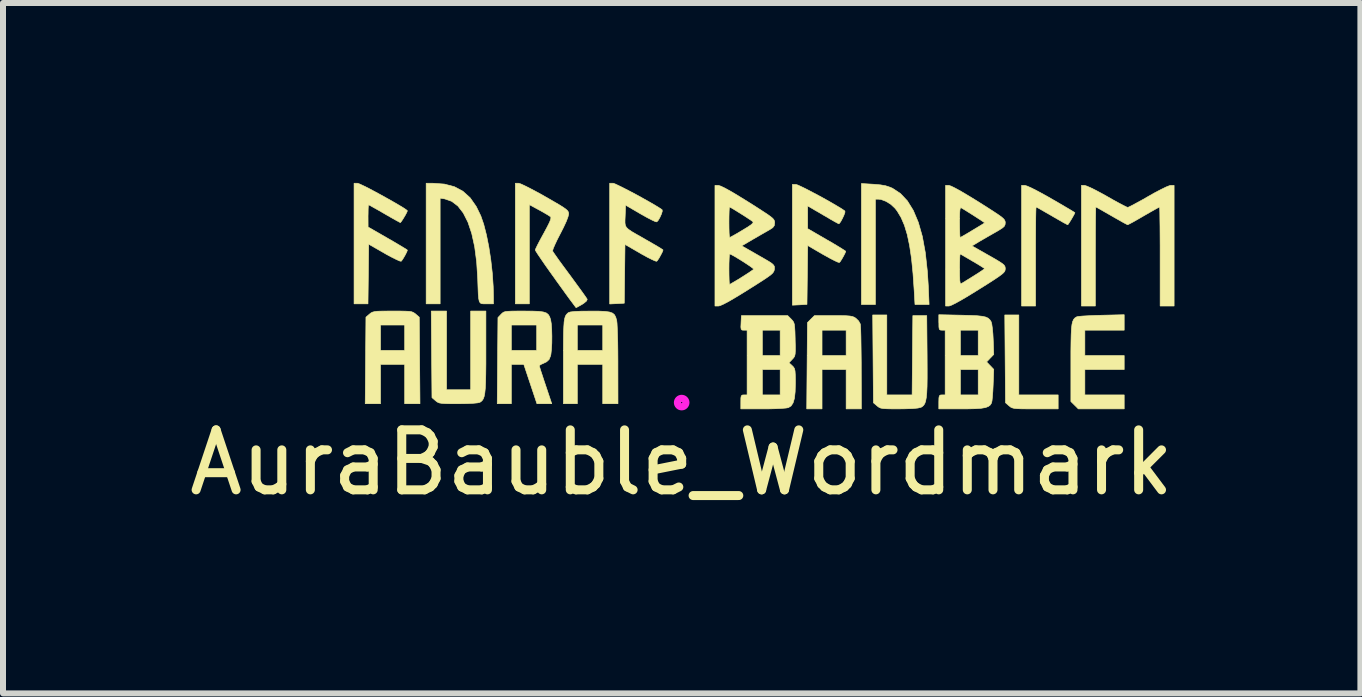
<source format=kicad_pcb>
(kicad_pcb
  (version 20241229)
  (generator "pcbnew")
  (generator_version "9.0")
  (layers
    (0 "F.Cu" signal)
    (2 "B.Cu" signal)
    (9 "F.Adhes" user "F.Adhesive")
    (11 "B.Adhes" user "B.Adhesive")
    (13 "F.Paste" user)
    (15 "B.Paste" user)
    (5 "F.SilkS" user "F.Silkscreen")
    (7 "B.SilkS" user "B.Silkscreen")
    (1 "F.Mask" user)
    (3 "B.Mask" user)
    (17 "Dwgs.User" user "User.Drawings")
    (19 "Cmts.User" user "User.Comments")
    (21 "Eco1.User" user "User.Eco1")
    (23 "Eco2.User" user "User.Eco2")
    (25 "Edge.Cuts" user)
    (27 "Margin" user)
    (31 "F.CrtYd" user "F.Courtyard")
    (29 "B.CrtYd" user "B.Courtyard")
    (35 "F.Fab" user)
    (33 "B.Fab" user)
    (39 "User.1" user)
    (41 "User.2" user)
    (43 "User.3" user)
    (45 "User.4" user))
  (footprint "AuraBauble_Wordmark"
    (layer "F.Cu")
    (at 8.315 3.662)
    (property "Reference" "AuraBauble_Wordmark" (at 0 1 0) (layer "F.SilkS") (effects (font (size 1 1) (thickness 0.15))))
    (attr through_hole)
    (fp_poly (pts (xy 5.621 -0.128) (xy 6.277 -0.128) (xy 6.277 0.105) (xy 5.897 0.105) (xy 5.762 0.105) (xy 5.662 0.104) (xy 5.591 0.101) (xy 5.542 0.096) (xy 5.509 0.087) (xy 5.484 0.075) (xy 5.462 0.057) (xy 5.458 0.054) (xy 5.399 0.003) (xy 5.387 -1.461) (xy 5.621 -1.461) (xy 5.621 -0.128)) (stroke (width 0.01) (type solid)) (fill yes) (layer "F.SilkS"))
    (fp_poly (pts (xy 7.378 -1.207) (xy 6.722 -1.207) (xy 6.722 -0.784) (xy 7.378 -0.784) (xy 7.378 -0.551) (xy 6.722 -0.551) (xy 6.722 -0.128) (xy 7.378 -0.128) (xy 7.378 0.105) (xy 6.613 0.105) (xy 6.551 0.043) (xy 6.489 -0.018) (xy 6.489 -0.656) (xy 6.489 -0.852) (xy 6.491 -1.011) (xy 6.494 -1.135) (xy 6.499 -1.231) (xy 6.507 -1.302) (xy 6.519 -1.352) (xy 6.535 -1.387) (xy 6.555 -1.41) (xy 6.58 -1.426) (xy 6.589 -1.431) (xy 6.621 -1.437) (xy 6.689 -1.443) (xy 6.783 -1.448) (xy 6.897 -1.453) (xy 7.002 -1.456) (xy 7.378 -1.465) (xy 7.378 -1.207)) (stroke (width 0.01) (type solid)) (fill yes) (layer "F.SilkS"))
    (fp_poly (pts (xy -4.695 -1.526) (xy -4.605 -1.524) (xy -4.543 -1.521) (xy -4.501 -1.514) (xy -4.472 -1.502) (xy -4.447 -1.486) (xy -4.434 -1.475) (xy -4.375 -1.424) (xy -4.369 -0.703) (xy -4.363 0.019) (xy -4.618 0.019) (xy -4.618 -0.637) (xy -5.021 -0.637) (xy -5.021 0.019) (xy -5.276 0.019) (xy -5.265 -1.293) (xy -5.021 -1.293) (xy -5.021 -0.87) (xy -4.618 -0.87) (xy -4.618 -1.293) (xy -5.021 -1.293) (xy -5.265 -1.293) (xy -5.264 -1.424) (xy -5.205 -1.475) (xy -5.18 -1.495) (xy -5.154 -1.508) (xy -5.119 -1.517) (xy -5.069 -1.523) (xy -4.994 -1.525) (xy -4.889 -1.526) (xy -4.819 -1.526) (xy -4.695 -1.526)) (stroke (width 0.01) (type solid)) (fill yes) (layer "F.SilkS"))
    (fp_poly (pts (xy -3.92 -0.214) (xy -3.518 -0.214) (xy -3.518 -1.526) (xy -3.264 -1.526) (xy -3.264 -0.848) (xy -3.264 -0.643) (xy -3.266 -0.476) (xy -3.269 -0.342) (xy -3.274 -0.238) (xy -3.282 -0.16) (xy -3.293 -0.102) (xy -3.308 -0.062) (xy -3.327 -0.033) (xy -3.35 -0.013) (xy -3.366 -0.004) (xy -3.404 0.005) (xy -3.478 0.012) (xy -3.58 0.017) (xy -3.703 0.019) (xy -3.727 0.019) (xy -3.85 0.019) (xy -3.938 0.017) (xy -3.998 0.013) (xy -4.04 0.006) (xy -4.069 -0.006) (xy -4.093 -0.023) (xy -4.104 -0.032) (xy -4.163 -0.083) (xy -4.169 -0.805) (xy -4.175 -1.526) (xy -3.92 -1.526) (xy -3.92 -0.214)) (stroke (width 0.01) (type solid)) (fill yes) (layer "F.SilkS"))
    (fp_poly (pts (xy 3.42 -0.128) (xy 3.842 -0.128) (xy 3.848 -0.789) (xy 3.854 -1.45) (xy 4.086 -1.45) (xy 4.092 -0.781) (xy 4.093 -0.573) (xy 4.093 -0.404) (xy 4.091 -0.268) (xy 4.086 -0.162) (xy 4.078 -0.082) (xy 4.067 -0.023) (xy 4.052 0.019) (xy 4.032 0.048) (xy 4.008 0.069) (xy 3.991 0.078) (xy 3.94 0.091) (xy 3.848 0.1) (xy 3.714 0.104) (xy 3.627 0.105) (xy 3.506 0.105) (xy 3.419 0.103) (xy 3.359 0.099) (xy 3.319 0.092) (xy 3.29 0.079) (xy 3.266 0.062) (xy 3.257 0.054) (xy 3.197 0.003) (xy 3.191 -0.729) (xy 3.185 -1.461) (xy 3.42 -1.461) (xy 3.42 -0.128)) (stroke (width 0.01) (type solid)) (fill yes) (layer "F.SilkS"))
    (fp_poly (pts (xy 3.2 -3.64) (xy 3.314 -3.63) (xy 3.4 -3.615) (xy 3.473 -3.591) (xy 3.515 -3.573) (xy 3.647 -3.486) (xy 3.763 -3.363) (xy 3.862 -3.203) (xy 3.945 -3.006) (xy 4.012 -2.772) (xy 4.062 -2.5) (xy 4.096 -2.189) (xy 4.111 -1.957) (xy 4.125 -1.635) (xy 3.89 -1.635) (xy 3.877 -1.862) (xy 3.857 -2.151) (xy 3.832 -2.402) (xy 3.8 -2.617) (xy 3.761 -2.801) (xy 3.714 -2.956) (xy 3.658 -3.086) (xy 3.593 -3.194) (xy 3.556 -3.241) (xy 3.488 -3.305) (xy 3.405 -3.356) (xy 3.323 -3.387) (xy 3.283 -3.391) (xy 3.23 -3.391) (xy 3.23 -1.635) (xy 2.997 -1.635) (xy 2.997 -3.652) (xy 3.2 -3.64)) (stroke (width 0.01) (type solid)) (fill yes) (layer "F.SilkS"))
    (fp_poly (pts (xy 2.653 -1.45) (xy 2.743 -1.448) (xy 2.805 -1.443) (xy 2.847 -1.435) (xy 2.878 -1.423) (xy 2.904 -1.406) (xy 2.95 -1.361) (xy 2.977 -1.312) (xy 2.978 -1.311) (xy 2.981 -1.278) (xy 2.985 -1.208) (xy 2.988 -1.107) (xy 2.99 -0.979) (xy 2.992 -0.832) (xy 2.994 -0.67) (xy 2.994 -0.577) (xy 2.996 0.105) (xy 2.742 0.105) (xy 2.742 -0.551) (xy 2.34 -0.551) (xy 2.34 0.105) (xy 2.085 0.105) (xy 2.096 -1.207) (xy 2.34 -1.207) (xy 2.34 -0.784) (xy 2.742 -0.784) (xy 2.742 -1.207) (xy 2.34 -1.207) (xy 2.096 -1.207) (xy 2.097 -1.333) (xy 2.155 -1.392) (xy 2.214 -1.45) (xy 2.53 -1.45) (xy 2.653 -1.45)) (stroke (width 0.01) (type solid)) (fill yes) (layer "F.SilkS"))
    (fp_poly (pts (xy -3.956 -3.643) (xy -3.789 -3.599) (xy -3.648 -3.524) (xy -3.527 -3.415) (xy -3.425 -3.269) (xy -3.349 -3.113) (xy -3.3 -2.971) (xy -3.255 -2.795) (xy -3.215 -2.595) (xy -3.182 -2.378) (xy -3.157 -2.155) (xy -3.142 -1.933) (xy -3.138 -1.757) (xy -3.138 -1.646) (xy -3.254 -1.646) (xy -3.3 -1.646) (xy -3.334 -1.649) (xy -3.358 -1.661) (xy -3.374 -1.687) (xy -3.384 -1.733) (xy -3.391 -1.805) (xy -3.395 -1.907) (xy -3.4 -2.046) (xy -3.4 -2.059) (xy -3.418 -2.343) (xy -3.451 -2.597) (xy -3.5 -2.819) (xy -3.563 -3.007) (xy -3.641 -3.161) (xy -3.731 -3.277) (xy -3.835 -3.356) (xy -3.95 -3.396) (xy -4.027 -3.409) (xy -4.027 -1.646) (xy -4.26 -1.646) (xy -4.26 -3.657) (xy -4.151 -3.657) (xy -3.956 -3.643)) (stroke (width 0.01) (type solid)) (fill yes) (layer "F.SilkS"))
    (fp_poly (pts (xy 5.759 -3.61) (xy 5.827 -3.58) (xy 5.92 -3.533) (xy 6.033 -3.472) (xy 6.161 -3.4) (xy 6.167 -3.396) (xy 6.282 -3.33) (xy 6.384 -3.27) (xy 6.466 -3.222) (xy 6.525 -3.186) (xy 6.554 -3.168) (xy 6.556 -3.166) (xy 6.546 -3.143) (xy 6.522 -3.099) (xy 6.491 -3.046) (xy 6.461 -2.998) (xy 6.441 -2.969) (xy 6.436 -2.965) (xy 6.415 -2.975) (xy 6.364 -3.002) (xy 6.291 -3.044) (xy 6.202 -3.095) (xy 6.172 -3.113) (xy 6.079 -3.166) (xy 6.001 -3.211) (xy 5.943 -3.244) (xy 5.912 -3.26) (xy 5.909 -3.261) (xy 5.907 -3.24) (xy 5.905 -3.182) (xy 5.903 -3.091) (xy 5.902 -2.971) (xy 5.901 -2.826) (xy 5.9 -2.662) (xy 5.9 -2.483) (xy 5.9 -2.435) (xy 5.9 -1.61) (xy 5.667 -1.61) (xy 5.667 -3.621) (xy 5.723 -3.621) (xy 5.759 -3.61)) (stroke (width 0.01) (type solid)) (fill yes) (layer "F.SilkS"))
    (fp_poly (pts (xy -1.384 -1.525) (xy -1.279 -1.52) (xy -1.204 -1.51) (xy -1.153 -1.492) (xy -1.12 -1.464) (xy -1.099 -1.423) (xy -1.083 -1.368) (xy -1.083 -1.367) (xy -1.078 -1.325) (xy -1.074 -1.247) (xy -1.07 -1.138) (xy -1.066 -1.005) (xy -1.064 -0.854) (xy -1.063 -0.691) (xy -1.063 -0.632) (xy -1.062 0.019) (xy -1.316 0.019) (xy -1.316 -0.637) (xy -1.74 -0.637) (xy -1.74 0.019) (xy -1.972 0.019) (xy -1.972 -0.681) (xy -1.972 -0.88) (xy -1.971 -1.042) (xy -1.969 -1.17) (xy -1.965 -1.269) (xy -1.963 -1.293) (xy -1.74 -1.293) (xy -1.74 -0.87) (xy -1.316 -0.87) (xy -1.316 -1.293) (xy -1.74 -1.293) (xy -1.963 -1.293) (xy -1.96 -1.344) (xy -1.951 -1.398) (xy -1.94 -1.437) (xy -1.925 -1.464) (xy -1.906 -1.485) (xy -1.89 -1.499) (xy -1.855 -1.511) (xy -1.783 -1.519) (xy -1.673 -1.524) (xy -1.525 -1.525) (xy -1.384 -1.525)) (stroke (width 0.01) (type solid)) (fill yes) (layer "F.SilkS"))
    (fp_poly (pts (xy -2.488 -1.525) (xy -2.383 -1.521) (xy -2.308 -1.511) (xy -2.256 -1.494) (xy -2.223 -1.467) (xy -2.201 -1.43) (xy -2.185 -1.383) (xy -2.174 -1.316) (xy -2.167 -1.22) (xy -2.164 -1.108) (xy -2.165 -0.993) (xy -2.171 -0.888) (xy -2.18 -0.805) (xy -2.186 -0.778) (xy -2.211 -0.718) (xy -2.252 -0.68) (xy -2.291 -0.661) (xy -2.342 -0.638) (xy -2.372 -0.619) (xy -2.374 -0.615) (xy -2.368 -0.592) (xy -2.351 -0.536) (xy -2.324 -0.455) (xy -2.291 -0.354) (xy -2.27 -0.292) (xy -2.166 0.019) (xy -2.413 0.019) (xy -2.632 -0.637) (xy -2.84 -0.637) (xy -2.84 0.019) (xy -3.075 0.019) (xy -3.069 -0.699) (xy -3.064 -1.293) (xy -2.84 -1.293) (xy -2.84 -0.87) (xy -2.417 -0.87) (xy -2.417 -1.293) (xy -2.84 -1.293) (xy -3.064 -1.293) (xy -3.063 -1.417) (xy -3.011 -1.472) (xy -2.991 -1.492) (xy -2.969 -1.507) (xy -2.94 -1.517) (xy -2.895 -1.522) (xy -2.827 -1.525) (xy -2.731 -1.526) (xy -2.63 -1.526) (xy -2.488 -1.525)) (stroke (width 0.01) (type solid)) (fill yes) (layer "F.SilkS"))
    (fp_poly (pts (xy 1.936 -3.627) (xy 1.997 -3.599) (xy 2.081 -3.558) (xy 2.18 -3.506) (xy 2.288 -3.449) (xy 2.397 -3.389) (xy 2.501 -3.33) (xy 2.593 -3.276) (xy 2.666 -3.232) (xy 2.713 -3.2) (xy 2.722 -3.192) (xy 2.721 -3.168) (xy 2.704 -3.121) (xy 2.678 -3.066) (xy 2.651 -3.016) (xy 2.627 -2.985) (xy 2.619 -2.981) (xy 2.599 -2.991) (xy 2.551 -3.017) (xy 2.484 -3.055) (xy 2.456 -3.072) (xy 2.368 -3.123) (xy 2.28 -3.175) (xy 2.208 -3.216) (xy 2.201 -3.221) (xy 2.1 -3.279) (xy 2.1 -2.9) (xy 2.417 -2.716) (xy 2.521 -2.656) (xy 2.61 -2.603) (xy 2.679 -2.56) (xy 2.723 -2.532) (xy 2.735 -2.523) (xy 2.725 -2.494) (xy 2.7 -2.445) (xy 2.67 -2.392) (xy 2.643 -2.35) (xy 2.63 -2.336) (xy 2.605 -2.341) (xy 2.552 -2.365) (xy 2.476 -2.404) (xy 2.386 -2.454) (xy 2.355 -2.471) (xy 2.101 -2.619) (xy 2.095 -2.128) (xy 2.089 -1.637) (xy 1.968 -1.63) (xy 1.846 -1.624) (xy 1.846 -3.637) (xy 1.905 -3.637) (xy 1.936 -3.627)) (stroke (width 0.01) (type solid)) (fill yes) (layer "F.SilkS"))
    (fp_poly (pts (xy -1.113 -3.647) (xy -1.053 -3.619) (xy -0.97 -3.578) (xy -0.871 -3.527) (xy -0.763 -3.47) (xy -0.654 -3.41) (xy -0.549 -3.351) (xy -0.457 -3.298) (xy -0.383 -3.253) (xy -0.336 -3.222) (xy -0.325 -3.213) (xy -0.324 -3.187) (xy -0.339 -3.14) (xy -0.364 -3.085) (xy -0.392 -3.037) (xy -0.415 -3.013) (xy -0.44 -3.018) (xy -0.493 -3.042) (xy -0.569 -3.081) (xy -0.658 -3.131) (xy -0.685 -3.146) (xy -0.935 -3.292) (xy -0.942 -3.11) (xy -0.945 -3.043) (xy -0.945 -2.994) (xy -0.939 -2.955) (xy -0.922 -2.922) (xy -0.889 -2.89) (xy -0.836 -2.853) (xy -0.757 -2.807) (xy -0.649 -2.746) (xy -0.594 -2.714) (xy -0.496 -2.658) (xy -0.413 -2.61) (xy -0.351 -2.572) (xy -0.316 -2.549) (xy -0.311 -2.544) (xy -0.321 -2.514) (xy -0.346 -2.465) (xy -0.376 -2.411) (xy -0.404 -2.369) (xy -0.416 -2.356) (xy -0.441 -2.361) (xy -0.495 -2.385) (xy -0.571 -2.423) (xy -0.662 -2.473) (xy -0.691 -2.49) (xy -0.945 -2.637) (xy -0.951 -2.147) (xy -0.957 -1.657) (xy -1.078 -1.65) (xy -1.2 -1.644) (xy -1.2 -3.657) (xy -1.143 -3.657) (xy -1.113 -3.647)) (stroke (width 0.01) (type solid)) (fill yes) (layer "F.SilkS"))
    (fp_poly (pts (xy -5.375 -3.647) (xy -5.316 -3.62) (xy -5.234 -3.58) (xy -5.138 -3.529) (xy -5.032 -3.472) (xy -4.924 -3.412) (xy -4.819 -3.353) (xy -4.726 -3.299) (xy -4.649 -3.253) (xy -4.596 -3.218) (xy -4.573 -3.198) (xy -4.573 -3.197) (xy -4.583 -3.172) (xy -4.607 -3.126) (xy -4.638 -3.074) (xy -4.667 -3.029) (xy -4.687 -3.003) (xy -4.69 -3.001) (xy -4.711 -3.011) (xy -4.762 -3.039) (xy -4.835 -3.08) (xy -4.924 -3.131) (xy -4.955 -3.149) (xy -5.048 -3.203) (xy -5.127 -3.247) (xy -5.185 -3.28) (xy -5.216 -3.296) (xy -5.219 -3.297) (xy -5.224 -3.278) (xy -5.227 -3.225) (xy -5.228 -3.15) (xy -5.229 -3.112) (xy -5.228 -2.927) (xy -4.901 -2.739) (xy -4.795 -2.678) (xy -4.704 -2.624) (xy -4.633 -2.581) (xy -4.587 -2.553) (xy -4.573 -2.542) (xy -4.583 -2.513) (xy -4.607 -2.465) (xy -4.637 -2.412) (xy -4.665 -2.37) (xy -4.677 -2.356) (xy -4.702 -2.361) (xy -4.756 -2.385) (xy -4.832 -2.423) (xy -4.924 -2.472) (xy -4.958 -2.492) (xy -5.218 -2.641) (xy -5.224 -2.143) (xy -5.23 -1.646) (xy -5.462 -1.646) (xy -5.462 -3.657) (xy -5.405 -3.657) (xy -5.375 -3.647)) (stroke (width 0.01) (type solid)) (fill yes) (layer "F.SilkS"))
    (fp_poly (pts (xy 4.663 -1.457) (xy 4.813 -1.453) (xy 4.927 -1.448) (xy 5.01 -1.439) (xy 5.069 -1.426) (xy 5.11 -1.407) (xy 5.138 -1.381) (xy 5.159 -1.349) (xy 5.17 -1.31) (xy 5.18 -1.239) (xy 5.189 -1.146) (xy 5.194 -1.052) (xy 5.203 -0.802) (xy 5.143 -0.74) (xy 5.084 -0.678) (xy 5.203 -0.554) (xy 5.193 -0.293) (xy 5.188 -0.189) (xy 5.181 -0.098) (xy 5.174 -0.03) (xy 5.166 0.005) (xy 5.166 0.006) (xy 5.146 0.039) (xy 5.114 0.064) (xy 5.065 0.083) (xy 4.993 0.095) (xy 4.893 0.102) (xy 4.759 0.105) (xy 4.659 0.105) (xy 4.287 0.105) (xy 4.287 -0.011) (xy 4.289 -0.078) (xy 4.296 -0.112) (xy 4.314 -0.126) (xy 4.34 -0.128) (xy 4.393 -0.128) (xy 4.393 -0.551) (xy 4.647 -0.551) (xy 4.647 -0.128) (xy 4.944 -0.128) (xy 4.944 -0.551) (xy 4.647 -0.551) (xy 4.393 -0.551) (xy 4.393 -1.207) (xy 4.647 -1.207) (xy 4.647 -0.784) (xy 4.944 -0.784) (xy 4.944 -1.207) (xy 4.647 -1.207) (xy 4.393 -1.207) (xy 4.34 -1.207) (xy 4.311 -1.21) (xy 4.295 -1.224) (xy 4.289 -1.26) (xy 4.288 -1.328) (xy 4.287 -1.336) (xy 4.287 -1.465) (xy 4.663 -1.457)) (stroke (width 0.01) (type solid)) (fill yes) (layer "F.SilkS"))
    (fp_poly (pts (xy 1.826 -1.392) (xy 1.85 -1.366) (xy 1.867 -1.34) (xy 1.878 -1.306) (xy 1.884 -1.255) (xy 1.889 -1.178) (xy 1.892 -1.069) (xy 1.892 -1.056) (xy 1.895 -0.943) (xy 1.895 -0.864) (xy 1.892 -0.811) (xy 1.884 -0.776) (xy 1.87 -0.751) (xy 1.849 -0.727) (xy 1.844 -0.722) (xy 1.789 -0.664) (xy 1.843 -0.615) (xy 1.866 -0.591) (xy 1.881 -0.565) (xy 1.89 -0.527) (xy 1.894 -0.47) (xy 1.896 -0.385) (xy 1.896 -0.324) (xy 1.892 -0.179) (xy 1.88 -0.071) (xy 1.857 0.006) (xy 1.824 0.056) (xy 1.779 0.084) (xy 1.74 0.091) (xy 1.667 0.097) (xy 1.568 0.102) (xy 1.451 0.105) (xy 1.355 0.105) (xy 0.986 0.105) (xy 0.986 -0.011) (xy 0.987 -0.078) (xy 0.994 -0.112) (xy 1.012 -0.126) (xy 1.038 -0.128) (xy 1.091 -0.128) (xy 1.091 -0.551) (xy 1.345 -0.551) (xy 1.345 -0.128) (xy 1.642 -0.128) (xy 1.642 -0.551) (xy 1.345 -0.551) (xy 1.091 -0.551) (xy 1.091 -1.207) (xy 1.345 -1.207) (xy 1.345 -0.784) (xy 1.642 -0.784) (xy 1.642 -1.207) (xy 1.345 -1.207) (xy 1.091 -1.207) (xy 1.037 -1.207) (xy 1.007 -1.209) (xy 0.992 -1.223) (xy 0.987 -1.259) (xy 0.99 -1.326) (xy 0.99 -1.329) (xy 0.996 -1.45) (xy 1.768 -1.45) (xy 1.826 -1.392)) (stroke (width 0.01) (type solid)) (fill yes) (layer "F.SilkS"))
    (fp_poly (pts (xy 6.753 -3.61) (xy 6.818 -3.582) (xy 6.905 -3.539) (xy 7.006 -3.485) (xy 7.092 -3.437) (xy 7.197 -3.377) (xy 7.291 -3.326) (xy 7.367 -3.286) (xy 7.418 -3.261) (xy 7.437 -3.254) (xy 7.462 -3.264) (xy 7.518 -3.292) (xy 7.597 -3.335) (xy 7.694 -3.388) (xy 7.779 -3.437) (xy 7.894 -3.502) (xy 7.996 -3.555) (xy 8.078 -3.595) (xy 8.134 -3.617) (xy 8.153 -3.621) (xy 8.21 -3.621) (xy 8.21 -1.61) (xy 7.977 -1.61) (xy 7.977 -2.435) (xy 7.977 -2.618) (xy 7.976 -2.786) (xy 7.975 -2.936) (xy 7.973 -3.063) (xy 7.972 -3.162) (xy 7.97 -3.229) (xy 7.968 -3.259) (xy 7.967 -3.261) (xy 7.947 -3.251) (xy 7.896 -3.223) (xy 7.823 -3.182) (xy 7.734 -3.131) (xy 7.703 -3.113) (xy 7.61 -3.059) (xy 7.531 -3.014) (xy 7.471 -2.982) (xy 7.439 -2.966) (xy 7.436 -2.965) (xy 7.414 -2.975) (xy 7.363 -3.002) (xy 7.289 -3.044) (xy 7.199 -3.095) (xy 7.168 -3.113) (xy 7.075 -3.166) (xy 6.997 -3.211) (xy 6.939 -3.244) (xy 6.908 -3.26) (xy 6.905 -3.261) (xy 6.903 -3.24) (xy 6.902 -3.182) (xy 6.9 -3.091) (xy 6.899 -2.971) (xy 6.898 -2.826) (xy 6.898 -2.662) (xy 6.897 -2.483) (xy 6.897 -2.435) (xy 6.897 -1.61) (xy 6.665 -1.61) (xy 6.665 -3.621) (xy 6.718 -3.621) (xy 6.753 -3.61)) (stroke (width 0.01) (type solid)) (fill yes) (layer "F.SilkS"))
    (fp_poly (pts (xy -2.686 -3.647) (xy -2.622 -3.618) (xy -2.534 -3.574) (xy -2.428 -3.518) (xy -2.311 -3.454) (xy -2.275 -3.433) (xy -2.146 -3.359) (xy -2.048 -3.302) (xy -1.979 -3.259) (xy -1.932 -3.226) (xy -1.904 -3.201) (xy -1.89 -3.179) (xy -1.885 -3.158) (xy -1.884 -3.144) (xy -1.895 -3.097) (xy -1.924 -3.02) (xy -1.971 -2.919) (xy -2.023 -2.817) (xy -2.073 -2.72) (xy -2.113 -2.635) (xy -2.141 -2.57) (xy -2.152 -2.532) (xy -2.152 -2.526) (xy -2.137 -2.502) (xy -2.1 -2.449) (xy -2.046 -2.372) (xy -1.977 -2.278) (xy -1.898 -2.171) (xy -1.863 -2.124) (xy -1.782 -2.013) (xy -1.709 -1.913) (xy -1.648 -1.829) (xy -1.603 -1.765) (xy -1.578 -1.728) (xy -1.575 -1.722) (xy -1.585 -1.695) (xy -1.629 -1.658) (xy -1.659 -1.638) (xy -1.714 -1.607) (xy -1.751 -1.587) (xy -1.761 -1.583) (xy -1.774 -1.6) (xy -1.809 -1.647) (xy -1.863 -1.719) (xy -1.931 -1.812) (xy -2.01 -1.922) (xy -2.099 -2.045) (xy -2.104 -2.053) (xy -2.193 -2.177) (xy -2.273 -2.29) (xy -2.341 -2.389) (xy -2.394 -2.467) (xy -2.428 -2.52) (xy -2.441 -2.544) (xy -2.441 -2.544) (xy -2.431 -2.57) (xy -2.404 -2.626) (xy -2.364 -2.703) (xy -2.314 -2.795) (xy -2.3 -2.82) (xy -2.242 -2.928) (xy -2.204 -3.004) (xy -2.184 -3.055) (xy -2.18 -3.085) (xy -2.186 -3.098) (xy -2.216 -3.119) (xy -2.273 -3.153) (xy -2.346 -3.195) (xy -2.376 -3.211) (xy -2.54 -3.3) (xy -2.54 -1.646) (xy -2.773 -1.646) (xy -2.773 -3.657) (xy -2.72 -3.657) (xy -2.686 -3.647)) (stroke (width 0.01) (type solid)) (fill yes) (layer "F.SilkS"))
    (fp_poly (pts (xy 0.613 -3.621) (xy 0.654 -3.608) (xy 0.728 -3.572) (xy 0.834 -3.513) (xy 0.972 -3.43) (xy 1.111 -3.344) (xy 1.247 -3.258) (xy 1.352 -3.19) (xy 1.43 -3.139) (xy 1.484 -3.1) (xy 1.519 -3.071) (xy 1.538 -3.047) (xy 1.547 -3.027) (xy 1.55 -3.005) (xy 1.55 -2.999) (xy 1.544 -2.951) (xy 1.518 -2.916) (xy 1.467 -2.883) (xy 1.413 -2.852) (xy 1.334 -2.807) (xy 1.245 -2.755) (xy 1.192 -2.725) (xy 1.001 -2.613) (xy 1.276 -2.456) (xy 1.382 -2.395) (xy 1.457 -2.351) (xy 1.505 -2.319) (xy 1.532 -2.293) (xy 1.545 -2.271) (xy 1.547 -2.247) (xy 1.546 -2.226) (xy 1.542 -2.203) (xy 1.533 -2.181) (xy 1.515 -2.157) (xy 1.483 -2.128) (xy 1.432 -2.091) (xy 1.359 -2.042) (xy 1.259 -1.978) (xy 1.129 -1.896) (xy 1.107 -1.882) (xy 0.939 -1.778) (xy 0.805 -1.699) (xy 0.705 -1.645) (xy 0.64 -1.616) (xy 0.614 -1.61) (xy 0.555 -1.61) (xy 0.555 -2.224) (xy 0.788 -2.224) (xy 0.789 -2.126) (xy 0.791 -2.045) (xy 0.794 -1.99) (xy 0.798 -1.97) (xy 0.798 -1.97) (xy 0.819 -1.98) (xy 0.868 -2.009) (xy 0.938 -2.05) (xy 0.999 -2.088) (xy 1.079 -2.139) (xy 1.144 -2.182) (xy 1.187 -2.212) (xy 1.201 -2.223) (xy 1.187 -2.239) (xy 1.146 -2.27) (xy 1.085 -2.311) (xy 1.014 -2.357) (xy 0.941 -2.402) (xy 0.876 -2.441) (xy 0.826 -2.468) (xy 0.8 -2.478) (xy 0.795 -2.458) (xy 0.792 -2.404) (xy 0.789 -2.324) (xy 0.788 -2.226) (xy 0.788 -2.224) (xy 0.555 -2.224) (xy 0.555 -3.007) (xy 0.788 -3.007) (xy 0.789 -2.909) (xy 0.791 -2.828) (xy 0.795 -2.774) (xy 0.8 -2.753) (xy 0.8 -2.753) (xy 0.822 -2.763) (xy 0.873 -2.791) (xy 0.943 -2.831) (xy 1.013 -2.873) (xy 1.102 -2.927) (xy 1.159 -2.966) (xy 1.187 -2.993) (xy 1.191 -3.011) (xy 1.186 -3.017) (xy 1.158 -3.038) (xy 1.105 -3.073) (xy 1.038 -3.117) (xy 0.964 -3.163) (xy 0.895 -3.206) (xy 0.838 -3.24) (xy 0.804 -3.259) (xy 0.798 -3.261) (xy 0.794 -3.241) (xy 0.791 -3.187) (xy 0.789 -3.107) (xy 0.788 -3.009) (xy 0.788 -3.007) (xy 0.555 -3.007) (xy 0.555 -3.621) (xy 0.613 -3.621)) (stroke (width 0.01) (type solid)) (fill yes) (layer "F.SilkS"))
    (fp_poly (pts (xy 4.492 -3.609) (xy 4.561 -3.575) (xy 4.659 -3.521) (xy 4.782 -3.448) (xy 4.929 -3.358) (xy 4.953 -3.343) (xy 5.09 -3.256) (xy 5.196 -3.188) (xy 5.273 -3.137) (xy 5.328 -3.098) (xy 5.363 -3.068) (xy 5.383 -3.044) (xy 5.392 -3.024) (xy 5.395 -3.003) (xy 5.395 -2.999) (xy 5.392 -2.968) (xy 5.38 -2.941) (xy 5.351 -2.914) (xy 5.299 -2.88) (xy 5.217 -2.832) (xy 5.199 -2.822) (xy 5.108 -2.77) (xy 5.021 -2.72) (xy 4.951 -2.679) (xy 4.922 -2.661) (xy 4.84 -2.612) (xy 5.117 -2.455) (xy 5.224 -2.394) (xy 5.299 -2.349) (xy 5.348 -2.316) (xy 5.377 -2.29) (xy 5.391 -2.266) (xy 5.395 -2.241) (xy 5.395 -2.231) (xy 5.393 -2.21) (xy 5.386 -2.189) (xy 5.368 -2.166) (xy 5.336 -2.138) (xy 5.286 -2.101) (xy 5.213 -2.052) (xy 5.114 -1.988) (xy 4.983 -1.906) (xy 4.953 -1.887) (xy 4.801 -1.793) (xy 4.673 -1.717) (xy 4.571 -1.66) (xy 4.498 -1.624) (xy 4.458 -1.61) (xy 4.456 -1.61) (xy 4.4 -1.61) (xy 4.4 -2.222) (xy 4.633 -2.222) (xy 4.634 -2.111) (xy 4.637 -2.037) (xy 4.643 -1.996) (xy 4.653 -1.981) (xy 4.659 -1.982) (xy 4.688 -1.999) (xy 4.743 -2.033) (xy 4.816 -2.078) (xy 4.872 -2.113) (xy 4.948 -2.161) (xy 5.008 -2.201) (xy 5.044 -2.227) (xy 5.052 -2.234) (xy 5.029 -2.249) (xy 4.981 -2.28) (xy 4.915 -2.32) (xy 4.84 -2.364) (xy 4.767 -2.407) (xy 4.703 -2.444) (xy 4.659 -2.47) (xy 4.643 -2.478) (xy 4.639 -2.458) (xy 4.636 -2.404) (xy 4.634 -2.324) (xy 4.633 -2.226) (xy 4.633 -2.222) (xy 4.4 -2.222) (xy 4.4 -3.008) (xy 4.633 -3.008) (xy 4.634 -2.91) (xy 4.636 -2.829) (xy 4.639 -2.774) (xy 4.643 -2.753) (xy 4.643 -2.753) (xy 4.664 -2.763) (xy 4.713 -2.791) (xy 4.783 -2.832) (xy 4.849 -2.872) (xy 4.929 -2.92) (xy 4.995 -2.96) (xy 5.038 -2.987) (xy 5.051 -2.996) (xy 5.037 -3.008) (xy 4.995 -3.037) (xy 4.933 -3.077) (xy 4.862 -3.123) (xy 4.787 -3.17) (xy 4.72 -3.212) (xy 4.666 -3.244) (xy 4.659 -3.248) (xy 4.648 -3.246) (xy 4.64 -3.219) (xy 4.635 -3.162) (xy 4.633 -3.071) (xy 4.633 -3.008) (xy 4.4 -3.008) (xy 4.4 -3.621) (xy 4.455 -3.621) (xy 4.492 -3.609)) (stroke (width 0.01) (type solid)) (fill yes) (layer "F.SilkS"))
    (fp_circle (center 0 0) (end 0.01 0) (stroke (width 0.12) (type solid)) (fill no) (layer "F.CrtYd")))
  (gr_rect
    (start -3 -3)
    (end 19.631 8.51)
    (stroke (width 0.1) (type default))
    (fill no)
    (layer "Edge.Cuts")))
</source>
